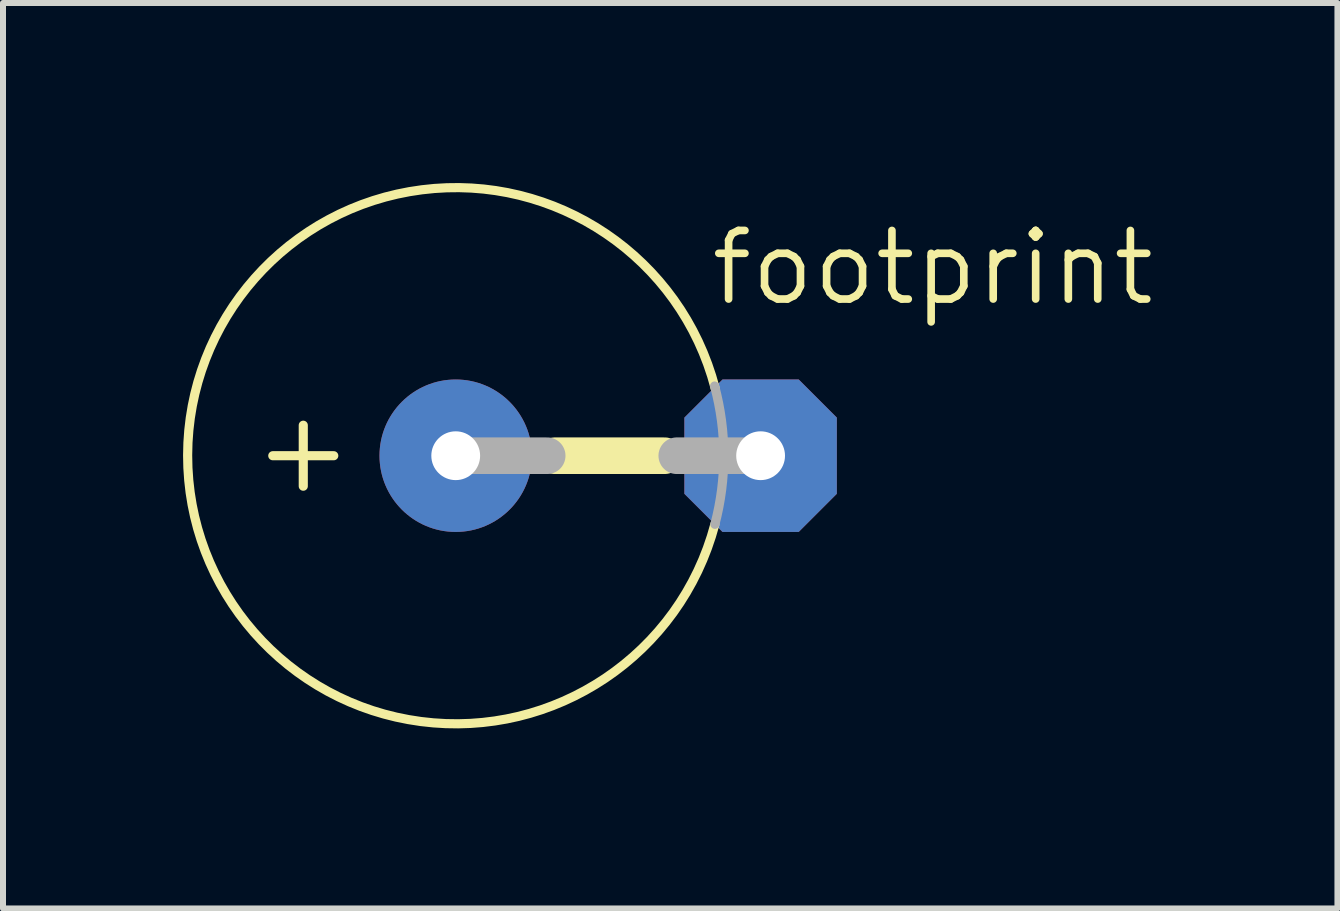
<source format=kicad_pcb>
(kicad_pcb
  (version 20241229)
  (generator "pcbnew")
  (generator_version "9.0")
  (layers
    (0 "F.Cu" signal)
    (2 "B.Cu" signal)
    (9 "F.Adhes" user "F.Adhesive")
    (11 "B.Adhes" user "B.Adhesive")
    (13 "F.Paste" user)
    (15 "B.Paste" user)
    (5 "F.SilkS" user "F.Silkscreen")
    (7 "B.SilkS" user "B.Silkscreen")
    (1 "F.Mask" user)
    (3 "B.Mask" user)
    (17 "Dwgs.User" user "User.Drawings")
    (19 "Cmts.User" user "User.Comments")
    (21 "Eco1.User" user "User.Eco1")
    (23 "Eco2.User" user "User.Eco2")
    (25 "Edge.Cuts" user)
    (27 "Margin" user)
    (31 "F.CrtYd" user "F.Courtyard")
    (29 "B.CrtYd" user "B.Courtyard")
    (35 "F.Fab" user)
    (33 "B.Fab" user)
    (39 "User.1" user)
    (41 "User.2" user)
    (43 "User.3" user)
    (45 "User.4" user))
  (footprint "footprint"
    (layer "F.Cu")
    (at 7.083 4.543)
    (property "Reference" "footprint" (at 1.651 -2.464 0) (layer "F.SilkS") (effects (font (size 1.143 1.143) (thickness 0.127)) (justify left bottom)))
    (fp_line (start -5.588 0) (end -4.572 0) (stroke (width 0.152) (type solid)) (layer "F.SilkS"))
    (fp_line (start -5.08 0.508) (end -5.08 -0.508) (stroke (width 0.152) (type solid)) (layer "F.SilkS"))
    (fp_line (start -0.889 0) (end 0.94 0) (stroke (width 0.61) (type solid)) (layer "F.SilkS"))
    (fp_arc (start 1.778 1.143) (mid -7.006724 -0.008117) (end 1.7821 -1.1275) (stroke (width 0.1524) (type solid)) (layer "F.SilkS"))
    (fp_line (start -2.54 0) (end -1.016 0) (stroke (width 0.61) (type solid)) (layer "F.Fab"))
    (fp_line (start 2.54 0) (end 1.143 0) (stroke (width 0.61) (type solid)) (layer "F.Fab"))
    (fp_arc (start 1.7732 -1.1613) (mid 1.926798 -0.009471) (end 1.7781 1.143) (stroke (width 0.1524) (type solid)) (layer "F.Fab"))
    (pad "+" thru_hole circle (at -2.54 0) (size 2.54 2.54) (drill 0.813) (layers "*.Cu" "*.Mask"))
    (pad "-" thru_hole roundrect (at 2.54 0) (size 2.54 2.54) (drill 0.813) (layers "*.Cu" "*.Mask") (roundrect_rratio 0.25) (chamfer_ratio 0.25) (chamfer top_left top_right bottom_left bottom_right)))
  (gr_rect
    (start -3 -3)
    (end 19.234 12.086)
    (stroke (width 0.1) (type default))
    (fill no)
    (layer "Edge.Cuts")))
</source>
